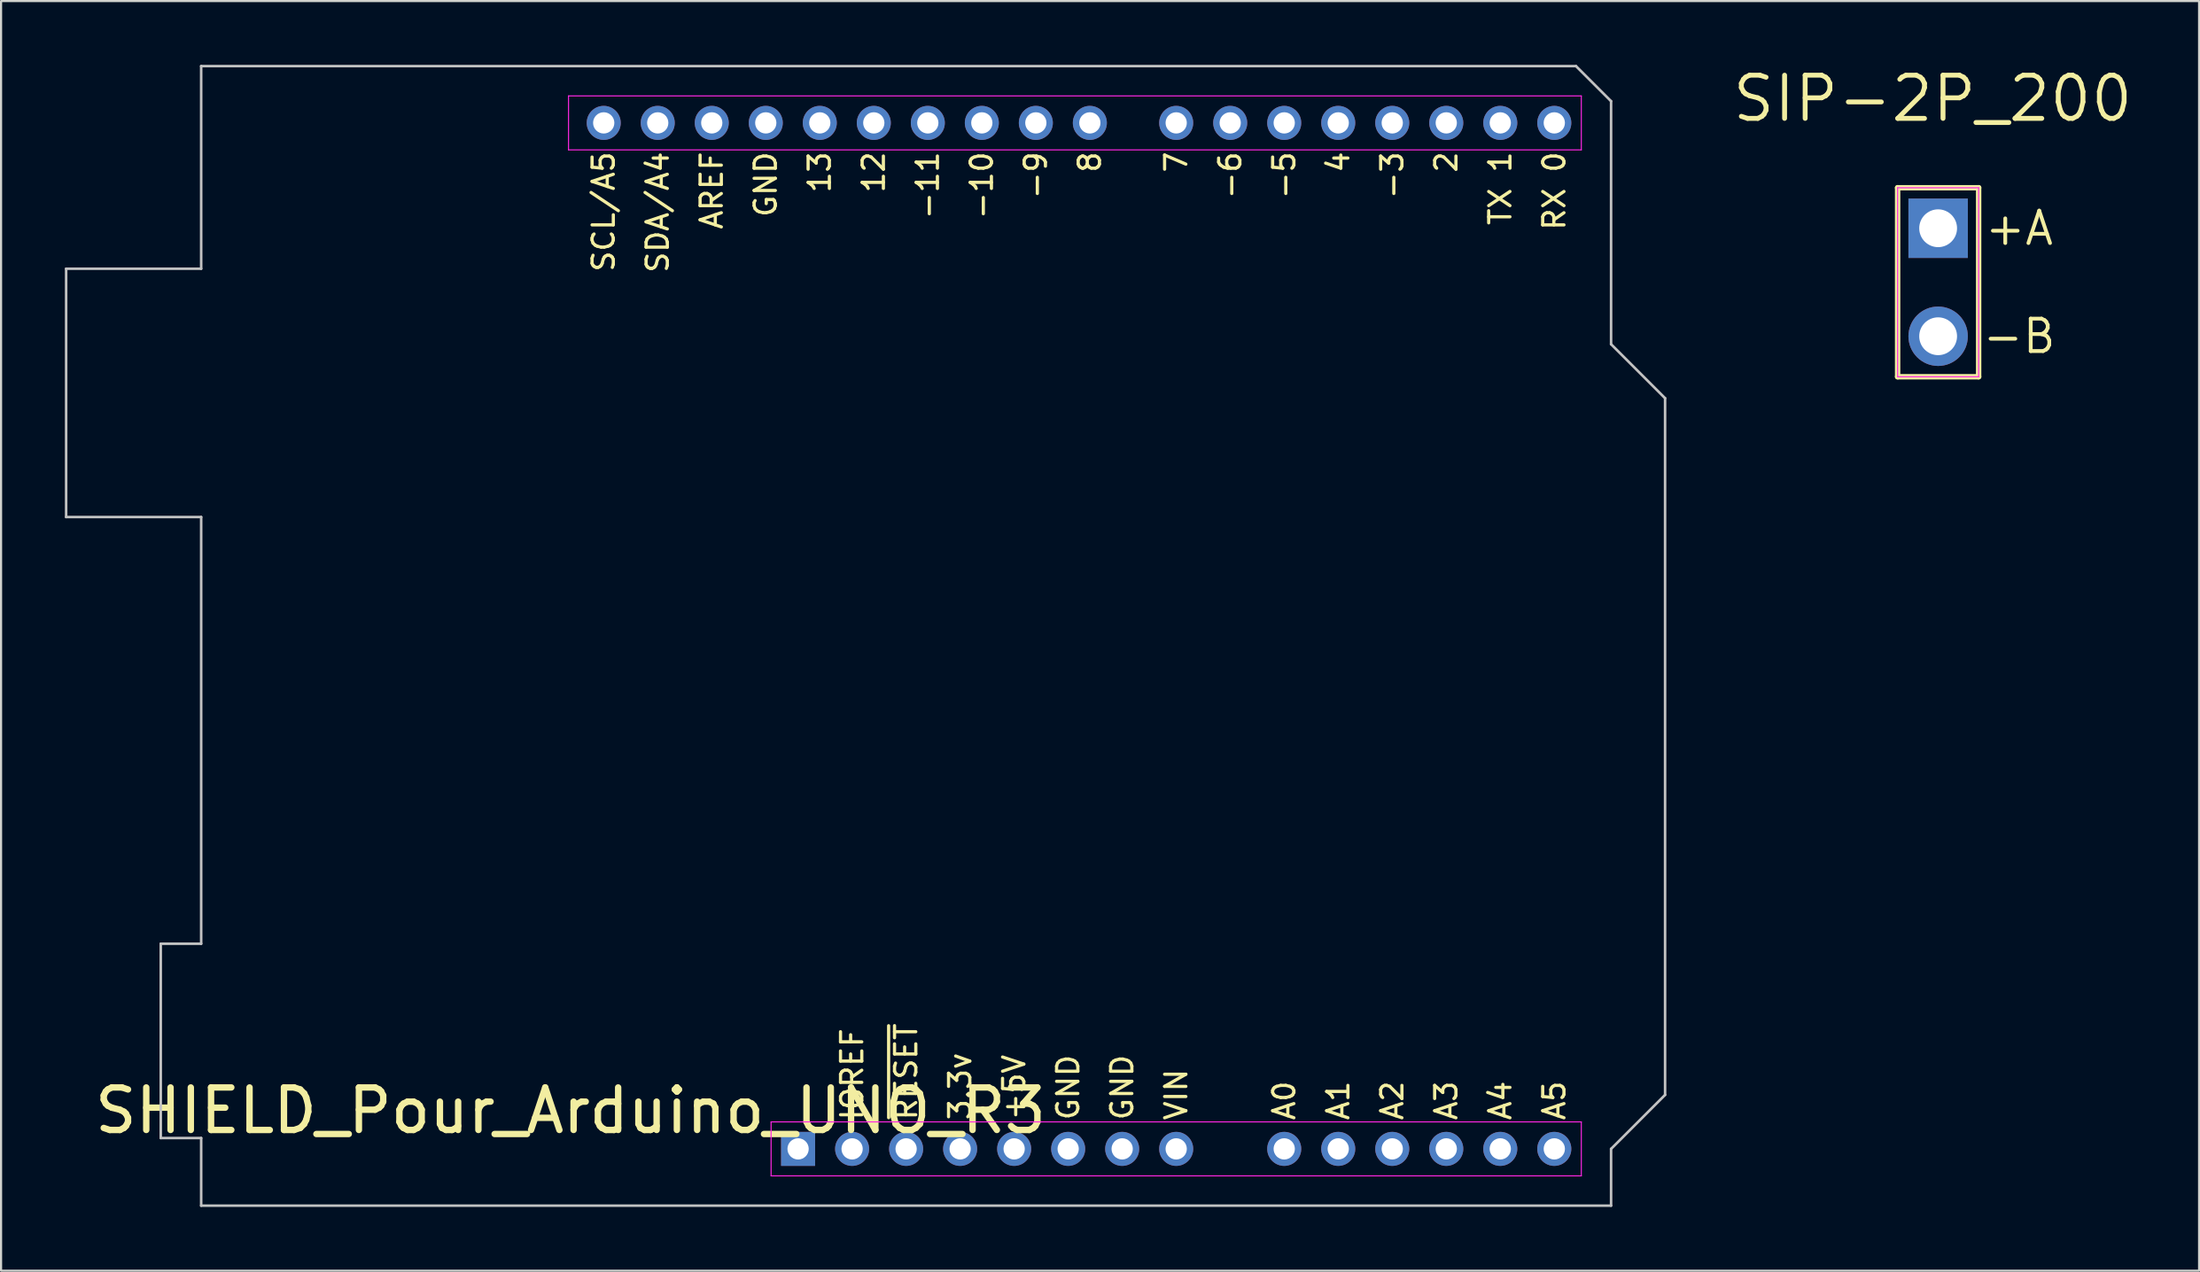
<source format=kicad_pcb>
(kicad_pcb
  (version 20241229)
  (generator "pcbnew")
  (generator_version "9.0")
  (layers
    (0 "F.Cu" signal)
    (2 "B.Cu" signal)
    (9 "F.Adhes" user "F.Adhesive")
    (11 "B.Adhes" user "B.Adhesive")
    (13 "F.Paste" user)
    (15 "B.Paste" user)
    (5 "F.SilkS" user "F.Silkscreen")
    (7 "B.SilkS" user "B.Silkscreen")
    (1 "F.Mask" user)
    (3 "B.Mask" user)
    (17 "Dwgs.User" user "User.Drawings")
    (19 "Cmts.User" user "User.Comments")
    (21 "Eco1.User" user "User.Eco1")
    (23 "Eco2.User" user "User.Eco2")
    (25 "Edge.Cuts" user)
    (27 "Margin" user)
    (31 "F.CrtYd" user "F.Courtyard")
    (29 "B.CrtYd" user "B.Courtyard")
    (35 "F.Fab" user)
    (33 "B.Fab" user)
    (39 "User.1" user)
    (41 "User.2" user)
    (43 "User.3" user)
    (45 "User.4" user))
  (footprint "SHIELD_Pour_Arduino_UNO_R3"
    (layer "F.Cu")
    (at 34.48 50.99)
    (property "Reference" "SHIELD_Pour_Arduino_UNO_R3" (at -10.7 -1.8 180) (layer "F.SilkS") (effects (font (size 2 2) (thickness 0.3))))
    (attr through_hole)
    (fp_line (start -34.42 -41.4) (end -28.07 -41.4) (stroke (width 0.12) (type solid)) (layer "Dwgs.User"))
    (fp_line (start -34.42 -29.72) (end -34.42 -41.4) (stroke (width 0.12) (type solid)) (layer "Dwgs.User"))
    (fp_line (start -29.97 -9.65) (end -28.07 -9.65) (stroke (width 0.12) (type solid)) (layer "Dwgs.User"))
    (fp_line (start -29.97 -0.51) (end -29.97 -9.65) (stroke (width 0.12) (type solid)) (layer "Dwgs.User"))
    (fp_line (start -28.07 -50.93) (end 36.58 -50.93) (stroke (width 0.12) (type solid)) (layer "Dwgs.User"))
    (fp_line (start -28.07 -41.4) (end -28.07 -50.93) (stroke (width 0.12) (type solid)) (layer "Dwgs.User"))
    (fp_line (start -28.07 -29.72) (end -34.42 -29.72) (stroke (width 0.12) (type solid)) (layer "Dwgs.User"))
    (fp_line (start -28.07 -9.65) (end -28.07 -29.72) (stroke (width 0.12) (type solid)) (layer "Dwgs.User"))
    (fp_line (start -28.07 -0.51) (end -29.97 -0.51) (stroke (width 0.12) (type solid)) (layer "Dwgs.User"))
    (fp_line (start -28.07 2.67) (end -28.07 -0.51) (stroke (width 0.12) (type solid)) (layer "Dwgs.User"))
    (fp_line (start 36.58 -50.93) (end 38.23 -49.28) (stroke (width 0.12) (type solid)) (layer "Dwgs.User"))
    (fp_line (start 38.23 -49.28) (end 38.23 -37.85) (stroke (width 0.12) (type solid)) (layer "Dwgs.User"))
    (fp_line (start 38.23 -37.85) (end 40.77 -35.31) (stroke (width 0.12) (type solid)) (layer "Dwgs.User"))
    (fp_line (start 38.23 0) (end 38.23 2.67) (stroke (width 0.12) (type solid)) (layer "Dwgs.User"))
    (fp_line (start 38.23 2.67) (end -28.07 2.67) (stroke (width 0.12) (type solid)) (layer "Dwgs.User"))
    (fp_line (start 40.77 -35.31) (end 40.77 -2.54) (stroke (width 0.12) (type solid)) (layer "Dwgs.User"))
    (fp_line (start 40.77 -2.54) (end 38.23 0) (stroke (width 0.12) (type solid)) (layer "Dwgs.User"))
    (fp_line (start -10.795 -49.53) (end 36.83 -49.53) (stroke (width 0.05) (type solid)) (layer "F.CrtYd"))
    (fp_line (start -10.795 -46.99) (end -10.795 -49.53) (stroke (width 0.05) (type solid)) (layer "F.CrtYd"))
    (fp_line (start -1.27 -1.27) (end 36.83 -1.27) (stroke (width 0.05) (type solid)) (layer "F.CrtYd"))
    (fp_line (start -1.27 1.27) (end -1.27 -1.27) (stroke (width 0.05) (type solid)) (layer "F.CrtYd"))
    (fp_line (start 36.83 -49.53) (end 36.83 -46.99) (stroke (width 0.05) (type solid)) (layer "F.CrtYd"))
    (fp_line (start 36.83 -46.99) (end -10.795 -46.99) (stroke (width 0.05) (type solid)) (layer "F.CrtYd"))
    (fp_line (start 36.83 -1.27) (end 36.83 1.27) (stroke (width 0.05) (type solid)) (layer "F.CrtYd"))
    (fp_line (start 36.83 1.27) (end -1.27 1.27) (stroke (width 0.05) (type solid)) (layer "F.CrtYd"))
    (fp_text user "A2" (at 27.94 -1.27 90) (unlocked yes) (layer "F.SilkS") (effects (font (size 1 1) (thickness 0.15)) (justify left)))
    (fp_text user "4" (at 25.4 -46.99 90) (unlocked yes) (layer "F.SilkS") (effects (font (size 1 1) (thickness 0.15)) (justify right)))
    (fp_text user "A3" (at 30.48 -1.27 90) (unlocked yes) (layer "F.SilkS") (effects (font (size 1 1) (thickness 0.15)) (justify left)))
    (fp_text user "A4" (at 33.02 -1.27 90) (unlocked yes) (layer "F.SilkS") (effects (font (size 1 1) (thickness 0.15)) (justify left)))
    (fp_text user "TX 1" (at 33.02 -46.99 90) (unlocked yes) (layer "F.SilkS") (effects (font (size 1 1) (thickness 0.15)) (justify right)))
    (fp_text user "GND" (at 15.24 -1.27 90) (unlocked yes) (layer "F.SilkS") (effects (font (size 1 1) (thickness 0.15)) (justify left)))
    (fp_text user "AREF" (at -4.064 -46.99 90) (unlocked yes) (layer "F.SilkS") (effects (font (size 1 1) (thickness 0.15)) (justify right)))
    (fp_text user "SCL/A5" (at -9.144 -46.99 90) (unlocked yes) (layer "F.SilkS") (effects (font (size 1 1) (thickness 0.15)) (justify right)))
    (fp_text user "+5V" (at 10.16 -1.27 90) (unlocked yes) (layer "F.SilkS") (effects (font (size 1 1) (thickness 0.15)) (justify left)))
    (fp_text user "SDA/A4" (at -6.604 -46.99 90) (unlocked yes) (layer "F.SilkS") (effects (font (size 1 1) (thickness 0.15)) (justify right)))
    (fp_text user "-3" (at 27.94 -46.99 90) (unlocked yes) (layer "F.SilkS") (effects (font (size 1 1) (thickness 0.15)) (justify right)))
    (fp_text user "12" (at 3.556 -46.99 90) (unlocked yes) (layer "F.SilkS") (effects (font (size 1 1) (thickness 0.15)) (justify right)))
    (fp_text user "3.3v" (at 7.62 -1.27 90) (unlocked yes) (layer "F.SilkS") (effects (font (size 1 1) (thickness 0.15)) (justify left)))
    (fp_text user "-11" (at 6.096 -46.99 90) (unlocked yes) (layer "F.SilkS") (effects (font (size 1 1) (thickness 0.15)) (justify right)))
    (fp_text user "-5" (at 22.86 -46.99 90) (unlocked yes) (layer "F.SilkS") (effects (font (size 1 1) (thickness 0.15)) (justify right)))
    (fp_text user "RX 0" (at 35.56 -46.99 90) (unlocked yes) (layer "F.SilkS") (effects (font (size 1 1) (thickness 0.15)) (justify right)))
    (fp_text user "IOREF" (at 2.54 -1.27 90) (unlocked yes) (layer "F.SilkS") (effects (font (size 1 1) (thickness 0.15)) (justify left)))
    (fp_text user "2" (at 30.48 -46.99 90) (unlocked yes) (layer "F.SilkS") (effects (font (size 1 1) (thickness 0.15)) (justify right)))
    (fp_text user "GND" (at 12.7 -1.27 90) (unlocked yes) (layer "F.SilkS") (effects (font (size 1 1) (thickness 0.15)) (justify left)))
    (fp_text user "VIN" (at 17.78 -1.27 90) (unlocked yes) (layer "F.SilkS") (effects (font (size 1 1) (thickness 0.15)) (justify left)))
    (fp_text user "A1" (at 25.4 -1.27 90) (unlocked yes) (layer "F.SilkS") (effects (font (size 1 1) (thickness 0.15)) (justify left)))
    (fp_text user "~{RESET}" (at 5.08 -1.27 90) (unlocked yes) (layer "F.SilkS") (effects (font (size 1 1) (thickness 0.15)) (justify left)))
    (fp_text user "-10" (at 8.636 -46.99 90) (unlocked yes) (layer "F.SilkS") (effects (font (size 1 1) (thickness 0.15)) (justify right)))
    (fp_text user "13" (at 1.016 -46.99 90) (unlocked yes) (layer "F.SilkS") (effects (font (size 1 1) (thickness 0.15)) (justify right)))
    (fp_text user "8" (at 13.716 -46.99 90) (unlocked yes) (layer "F.SilkS") (effects (font (size 1 1) (thickness 0.15)) (justify right)))
    (fp_text user "7" (at 17.78 -46.99 90) (unlocked yes) (layer "F.SilkS") (effects (font (size 1 1) (thickness 0.15)) (justify right)))
    (fp_text user "A5" (at 35.56 -1.27 90) (unlocked yes) (layer "F.SilkS") (effects (font (size 1 1) (thickness 0.15)) (justify left)))
    (fp_text user "A0" (at 22.86 -1.27 90) (unlocked yes) (layer "F.SilkS") (effects (font (size 1 1) (thickness 0.15)) (justify left)))
    (fp_text user "-6" (at 20.32 -46.99 90) (unlocked yes) (layer "F.SilkS") (effects (font (size 1 1) (thickness 0.15)) (justify right)))
    (fp_text user "-9" (at 11.176 -46.99 90) (unlocked yes) (layer "F.SilkS") (effects (font (size 1 1) (thickness 0.15)) (justify right)))
    (fp_text user "GND" (at -1.524 -46.99 90) (unlocked yes) (layer "F.SilkS") (effects (font (size 1 1) (thickness 0.15)) (justify right)))
    (pad "1" thru_hole rect (at 0 0 90) (size 1.6 1.6) (drill 1) (layers "*.Cu" "*.Mask"))
    (pad "2" thru_hole oval (at 2.54 0 90) (size 1.6 1.6) (drill 1) (layers "*.Cu" "*.Mask"))
    (pad "3" thru_hole oval (at 5.08 0 90) (size 1.6 1.6) (drill 1) (layers "*.Cu" "*.Mask"))
    (pad "4" thru_hole oval (at 7.62 0 90) (size 1.6 1.6) (drill 1) (layers "*.Cu" "*.Mask"))
    (pad "5" thru_hole oval (at 10.16 0 90) (size 1.6 1.6) (drill 1) (layers "*.Cu" "*.Mask"))
    (pad "6" thru_hole oval (at 12.7 0 90) (size 1.6 1.6) (drill 1) (layers "*.Cu" "*.Mask"))
    (pad "7" thru_hole oval (at 15.24 0 90) (size 1.6 1.6) (drill 1) (layers "*.Cu" "*.Mask"))
    (pad "8" thru_hole oval (at 17.78 0 90) (size 1.6 1.6) (drill 1) (layers "*.Cu" "*.Mask"))
    (pad "9" thru_hole oval (at 22.86 0 90) (size 1.6 1.6) (drill 1) (layers "*.Cu" "*.Mask"))
    (pad "10" thru_hole oval (at 25.4 0 90) (size 1.6 1.6) (drill 1) (layers "*.Cu" "*.Mask"))
    (pad "11" thru_hole oval (at 27.94 0 90) (size 1.6 1.6) (drill 1) (layers "*.Cu" "*.Mask"))
    (pad "12" thru_hole oval (at 30.48 0 90) (size 1.6 1.6) (drill 1) (layers "*.Cu" "*.Mask"))
    (pad "13" thru_hole oval (at 33.02 0 90) (size 1.6 1.6) (drill 1) (layers "*.Cu" "*.Mask"))
    (pad "14" thru_hole oval (at 35.56 0 90) (size 1.6 1.6) (drill 1) (layers "*.Cu" "*.Mask"))
    (pad "15" thru_hole oval (at 35.56 -48.26 90) (size 1.6 1.6) (drill 1) (layers "*.Cu" "*.Mask"))
    (pad "16" thru_hole oval (at 33.02 -48.26 90) (size 1.6 1.6) (drill 1) (layers "*.Cu" "*.Mask"))
    (pad "17" thru_hole oval (at 30.48 -48.26 90) (size 1.6 1.6) (drill 1) (layers "*.Cu" "*.Mask"))
    (pad "18" thru_hole oval (at 27.94 -48.26 90) (size 1.6 1.6) (drill 1) (layers "*.Cu" "*.Mask"))
    (pad "19" thru_hole oval (at 25.4 -48.26 90) (size 1.6 1.6) (drill 1) (layers "*.Cu" "*.Mask"))
    (pad "20" thru_hole oval (at 22.86 -48.26 90) (size 1.6 1.6) (drill 1) (layers "*.Cu" "*.Mask"))
    (pad "21" thru_hole oval (at 20.32 -48.26 90) (size 1.6 1.6) (drill 1) (layers "*.Cu" "*.Mask"))
    (pad "22" thru_hole oval (at 17.78 -48.26 90) (size 1.6 1.6) (drill 1) (layers "*.Cu" "*.Mask"))
    (pad "23" thru_hole oval (at 13.72 -48.26 90) (size 1.6 1.6) (drill 1) (layers "*.Cu" "*.Mask"))
    (pad "24" thru_hole oval (at 11.18 -48.26 90) (size 1.6 1.6) (drill 1) (layers "*.Cu" "*.Mask"))
    (pad "25" thru_hole oval (at 8.64 -48.26 90) (size 1.6 1.6) (drill 1) (layers "*.Cu" "*.Mask"))
    (pad "26" thru_hole oval (at 6.1 -48.26 90) (size 1.6 1.6) (drill 1) (layers "*.Cu" "*.Mask"))
    (pad "27" thru_hole oval (at 3.56 -48.26 90) (size 1.6 1.6) (drill 1) (layers "*.Cu" "*.Mask"))
    (pad "28" thru_hole oval (at 1.02 -48.26 90) (size 1.6 1.6) (drill 1) (layers "*.Cu" "*.Mask"))
    (pad "29" thru_hole oval (at -1.52 -48.26 90) (size 1.6 1.6) (drill 1) (layers "*.Cu" "*.Mask"))
    (pad "30" thru_hole oval (at -4.06 -48.26 90) (size 1.6 1.6) (drill 1) (layers "*.Cu" "*.Mask"))
    (pad "31" thru_hole oval (at -6.6 -48.26 90) (size 1.6 1.6) (drill 1) (layers "*.Cu" "*.Mask"))
    (pad "32" thru_hole oval (at -9.14 -48.26 90) (size 1.6 1.6) (drill 1) (layers "*.Cu" "*.Mask")))
  (footprint "SIP-2P_200"
    (layer "F.Cu")
    (at 88.09 7.686)
    (property "Reference" "SIP-2P_200" (at -0.254 -6.096 0) (layer "F.SilkS") (effects (font (size 2.032 2.032) (thickness 0.229))))
    (attr through_hole)
    (fp_line (start -1.905 -1.905) (end 1.905 -1.905) (stroke (width 0.254) (type solid)) (layer "F.SilkS"))
    (fp_line (start -1.905 6.985) (end -1.905 -1.905) (stroke (width 0.254) (type solid)) (layer "F.SilkS"))
    (fp_line (start 1.905 -1.905) (end 1.905 6.985) (stroke (width 0.254) (type solid)) (layer "F.SilkS"))
    (fp_line (start 1.905 6.985) (end -1.905 6.985) (stroke (width 0.254) (type solid)) (layer "F.SilkS"))
    (fp_line (start -1.905 -1.905) (end 1.905 -1.905) (stroke (width 0.05) (type solid)) (layer "F.CrtYd"))
    (fp_line (start -1.905 6.985) (end -1.905 -1.905) (stroke (width 0.05) (type solid)) (layer "F.CrtYd"))
    (fp_line (start 1.905 -1.905) (end 1.905 6.985) (stroke (width 0.05) (type solid)) (layer "F.CrtYd"))
    (fp_line (start 1.905 6.985) (end -1.905 6.985) (stroke (width 0.05) (type solid)) (layer "F.CrtYd"))
    (fp_text user "-B" (at 3.81 5.08 0) (layer "F.SilkS") (effects (font (size 1.524 1.524) (thickness 0.178))))
    (fp_text user "+A" (at 3.81 0 0) (layer "F.SilkS") (effects (font (size 1.524 1.524) (thickness 0.178))))
    (pad "1" thru_hole rect (at 0 0) (size 2.794 2.794) (drill 1.778) (layers "*.Cu" "*.Mask"))
    (pad "2" thru_hole circle (at 0 5.08) (size 2.794 2.794) (drill 1.778) (layers "*.Cu" "*.Mask")))
  (gr_rect
    (start -3 -3)
    (end 100.361 56.72)
    (stroke (width 0.1) (type default))
    (fill no)
    (layer "Edge.Cuts")))
</source>
